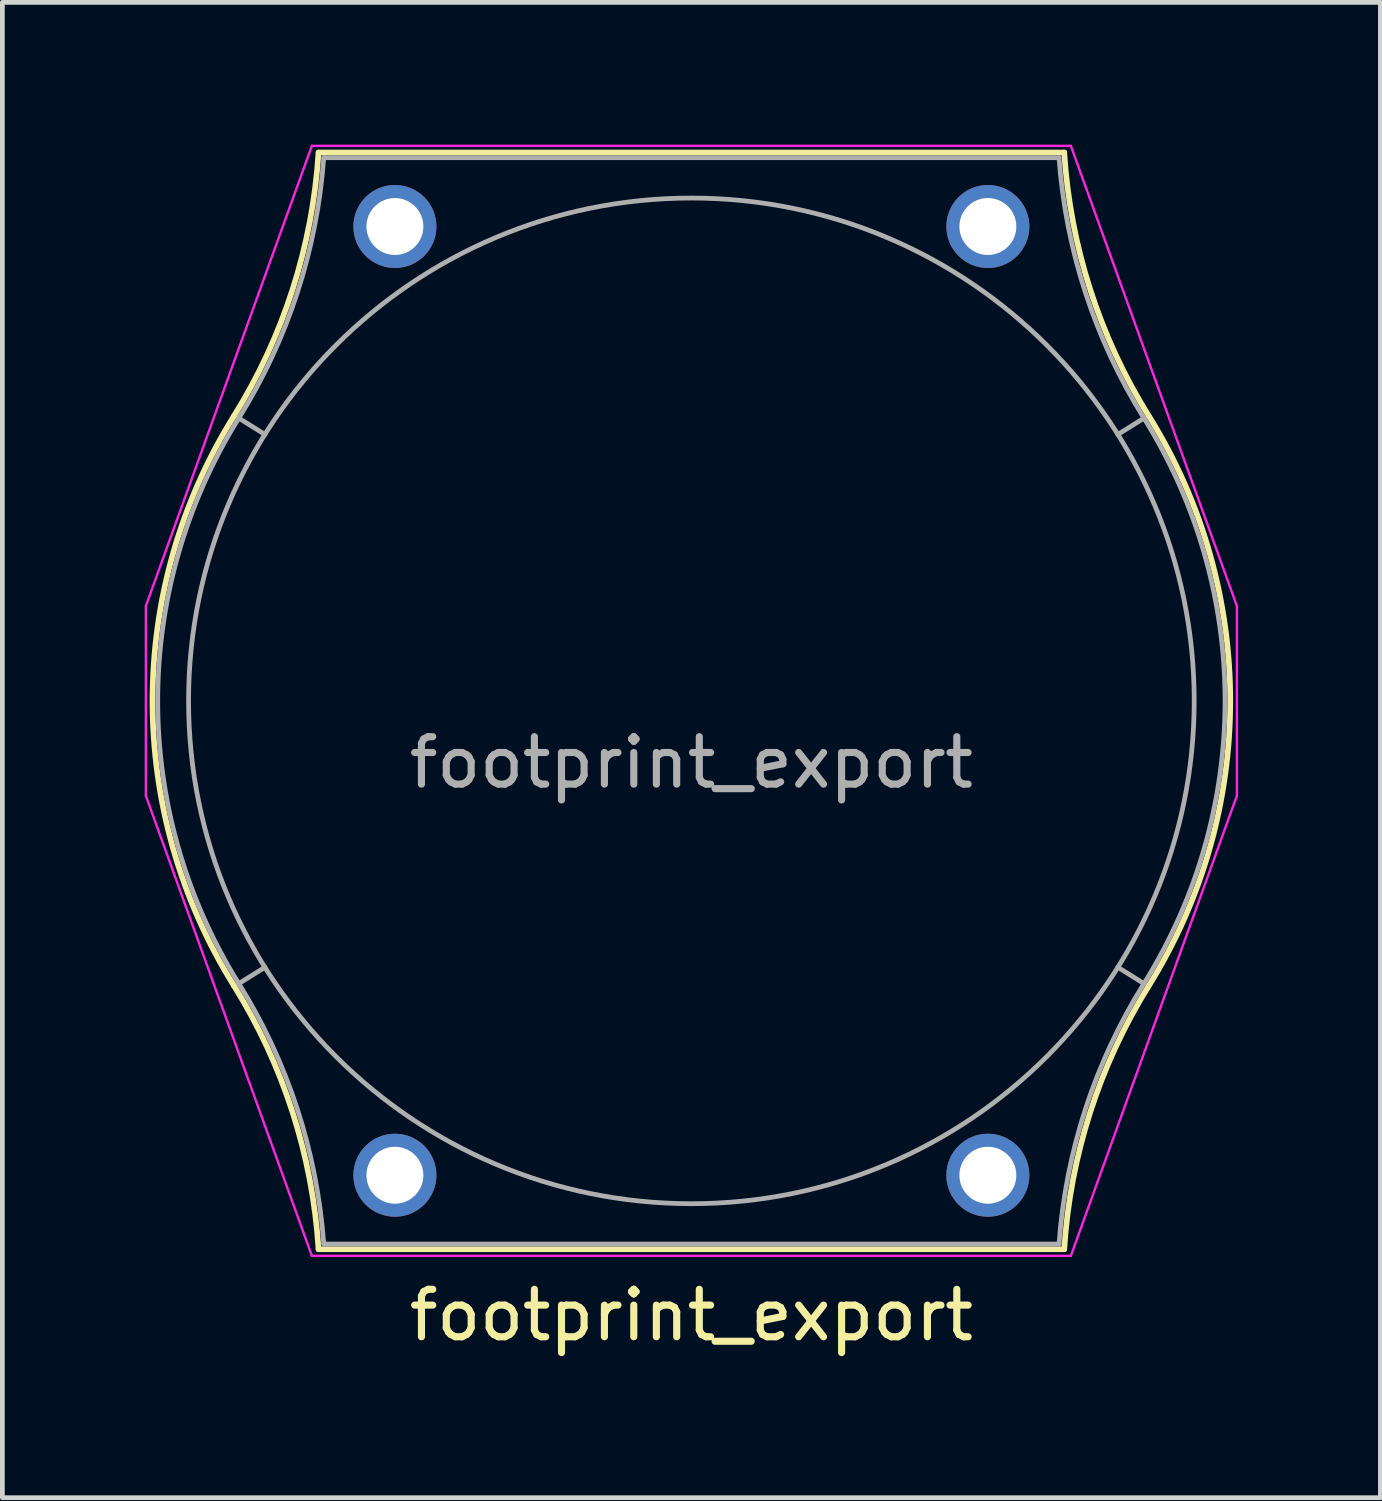
<source format=kicad_pcb>
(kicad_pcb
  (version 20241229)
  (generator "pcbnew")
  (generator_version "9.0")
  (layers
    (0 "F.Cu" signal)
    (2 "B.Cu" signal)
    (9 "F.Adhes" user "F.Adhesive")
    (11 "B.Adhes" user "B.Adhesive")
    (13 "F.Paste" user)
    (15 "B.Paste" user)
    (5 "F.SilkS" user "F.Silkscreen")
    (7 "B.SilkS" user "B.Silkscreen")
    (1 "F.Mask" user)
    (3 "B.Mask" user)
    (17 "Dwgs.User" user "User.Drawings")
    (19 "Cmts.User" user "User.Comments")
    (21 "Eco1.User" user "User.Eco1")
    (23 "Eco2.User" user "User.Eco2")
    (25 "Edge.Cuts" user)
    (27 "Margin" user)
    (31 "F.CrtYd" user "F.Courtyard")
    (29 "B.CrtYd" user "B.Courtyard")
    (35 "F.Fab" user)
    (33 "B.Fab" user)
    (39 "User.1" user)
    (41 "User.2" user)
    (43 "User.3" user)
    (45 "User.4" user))
  (footprint "footprint_export"
    (layer "F.Cu")
    (at 5.275 21.725)
    (property "Reference" "footprint_export" (at 6.25 2.95 180) (layer "F.SilkS") (effects (font (size 1 1) (thickness 0.15))))
    (attr through_hole)
    (fp_line (start -1.61 -21.56) (end 14.11 -21.56) (stroke (width 0.12) (type solid)) (layer "F.SilkS"))
    (fp_line (start -1.61 1.56) (end 14.11 1.56) (stroke (width 0.12) (type solid)) (layer "F.SilkS"))
    (fp_arc (start -3.392046 -3.993291) (mid -5.11 -10) (end -3.392046 -16.006709) (stroke (width 0.12) (type solid)) (layer "F.SilkS"))
    (fp_arc (start -3.392046 -3.993291) (mid -2.156889 -1.327078) (end -1.61 1.56) (stroke (width 0.12) (type solid)) (layer "F.SilkS"))
    (fp_arc (start -1.61 -21.56) (mid -2.156888 -18.672922) (end -3.392046 -16.006709) (stroke (width 0.12) (type solid)) (layer "F.SilkS"))
    (fp_arc (start 14.109999 1.56) (mid 14.656887 -1.327078) (end 15.892045 -3.993291) (stroke (width 0.12) (type solid)) (layer "F.SilkS"))
    (fp_arc (start 15.892045 -16.006709) (mid 17.609999 -10) (end 15.892045 -3.993291) (stroke (width 0.12) (type solid)) (layer "F.SilkS"))
    (fp_arc (start 15.892046 -16.00671) (mid 14.656889 -18.672923) (end 14.11 -21.56) (stroke (width 0.12) (type solid)) (layer "F.SilkS"))
    (fp_line (start -5.25 -12) (end -5.25 -8) (stroke (width 0.05) (type solid)) (layer "F.CrtYd"))
    (fp_line (start -5.25 -8) (end -1.75 1.7) (stroke (width 0.05) (type solid)) (layer "F.CrtYd"))
    (fp_line (start -1.75 -21.7) (end -5.25 -12) (stroke (width 0.05) (type solid)) (layer "F.CrtYd"))
    (fp_line (start -1.75 -21.7) (end 14.25 -21.7) (stroke (width 0.05) (type solid)) (layer "F.CrtYd"))
    (fp_line (start -1.75 1.7) (end 14.25 1.7) (stroke (width 0.05) (type solid)) (layer "F.CrtYd"))
    (fp_line (start 14.25 -21.7) (end 17.75 -12) (stroke (width 0.05) (type solid)) (layer "F.CrtYd"))
    (fp_line (start 17.75 -12) (end 17.75 -8) (stroke (width 0.05) (type solid)) (layer "F.CrtYd"))
    (fp_line (start 17.75 -8) (end 14.25 1.7) (stroke (width 0.05) (type solid)) (layer "F.CrtYd"))
    (fp_line (start -3.291 -4.04) (end -2.74 -4.384) (stroke (width 0.1) (type solid)) (layer "F.Fab"))
    (fp_line (start -2.74 -15.616) (end -3.291 -15.96) (stroke (width 0.1) (type solid)) (layer "F.Fab"))
    (fp_line (start -1.5 -21.45) (end 14 -21.45) (stroke (width 0.1) (type solid)) (layer "F.Fab"))
    (fp_line (start -1.5 1.45) (end 14 1.45) (stroke (width 0.1) (type solid)) (layer "F.Fab"))
    (fp_line (start 15.791 -15.96) (end 15.24 -15.616) (stroke (width 0.1) (type solid)) (layer "F.Fab"))
    (fp_line (start 15.791 -4.04) (end 15.24 -4.384) (stroke (width 0.1) (type solid)) (layer "F.Fab"))
    (fp_arc (start -3.29123 -4.039511) (mid -5 -10.000001) (end -3.291229 -15.96049) (stroke (width 0.1) (type solid)) (layer "F.Fab"))
    (fp_arc (start -3.291229 -4.03951) (mid -2.060501 -1.404103) (end -1.5 1.45) (stroke (width 0.1) (type solid)) (layer "F.Fab"))
    (fp_arc (start -1.499999 -21.45) (mid -2.0605 -18.595897) (end -3.291229 -15.96049) (stroke (width 0.1) (type solid)) (layer "F.Fab"))
    (fp_arc (start 14 1.449999) (mid 14.560501 -1.404104) (end 15.79123 -4.039511) (stroke (width 0.1) (type solid)) (layer "F.Fab"))
    (fp_arc (start 15.239959 -15.616106) (mid -2.739959 -4.383894) (end 15.239959 -15.616106) (stroke (width 0.1) (type solid)) (layer "F.Fab"))
    (fp_arc (start 15.791229 -15.960491) (mid 17.5 -10.000001) (end 15.79123 -4.039511) (stroke (width 0.1) (type solid)) (layer "F.Fab"))
    (fp_arc (start 15.79123 -15.96049) (mid 14.560501 -18.595897) (end 14 -21.45) (stroke (width 0.1) (type solid)) (layer "F.Fab"))
    (fp_text user "${REFERENCE}" (at 6.25 -8.7 0) (layer "F.Fab") (effects (font (size 1 1) (thickness 0.15))))
    (pad "1" thru_hole circle (at 0 0) (size 1.75 1.75) (drill 1.2) (layers "*.Cu" "*.Mask"))
    (pad "2" thru_hole circle (at 0 -20) (size 1.75 1.75) (drill 1.2) (layers "*.Cu" "*.Mask"))
    (pad "3" thru_hole circle (at 12.5 0) (size 1.75 1.75) (drill 1.2) (layers "*.Cu" "*.Mask"))
    (pad "4" thru_hole circle (at 12.5 -20) (size 1.75 1.75) (drill 1.2) (layers "*.Cu" "*.Mask")))
  (gr_rect
    (start -3 -3)
    (end 26.05 28.523)
    (stroke (width 0.1) (type default))
    (fill no)
    (layer "Edge.Cuts")))
</source>
